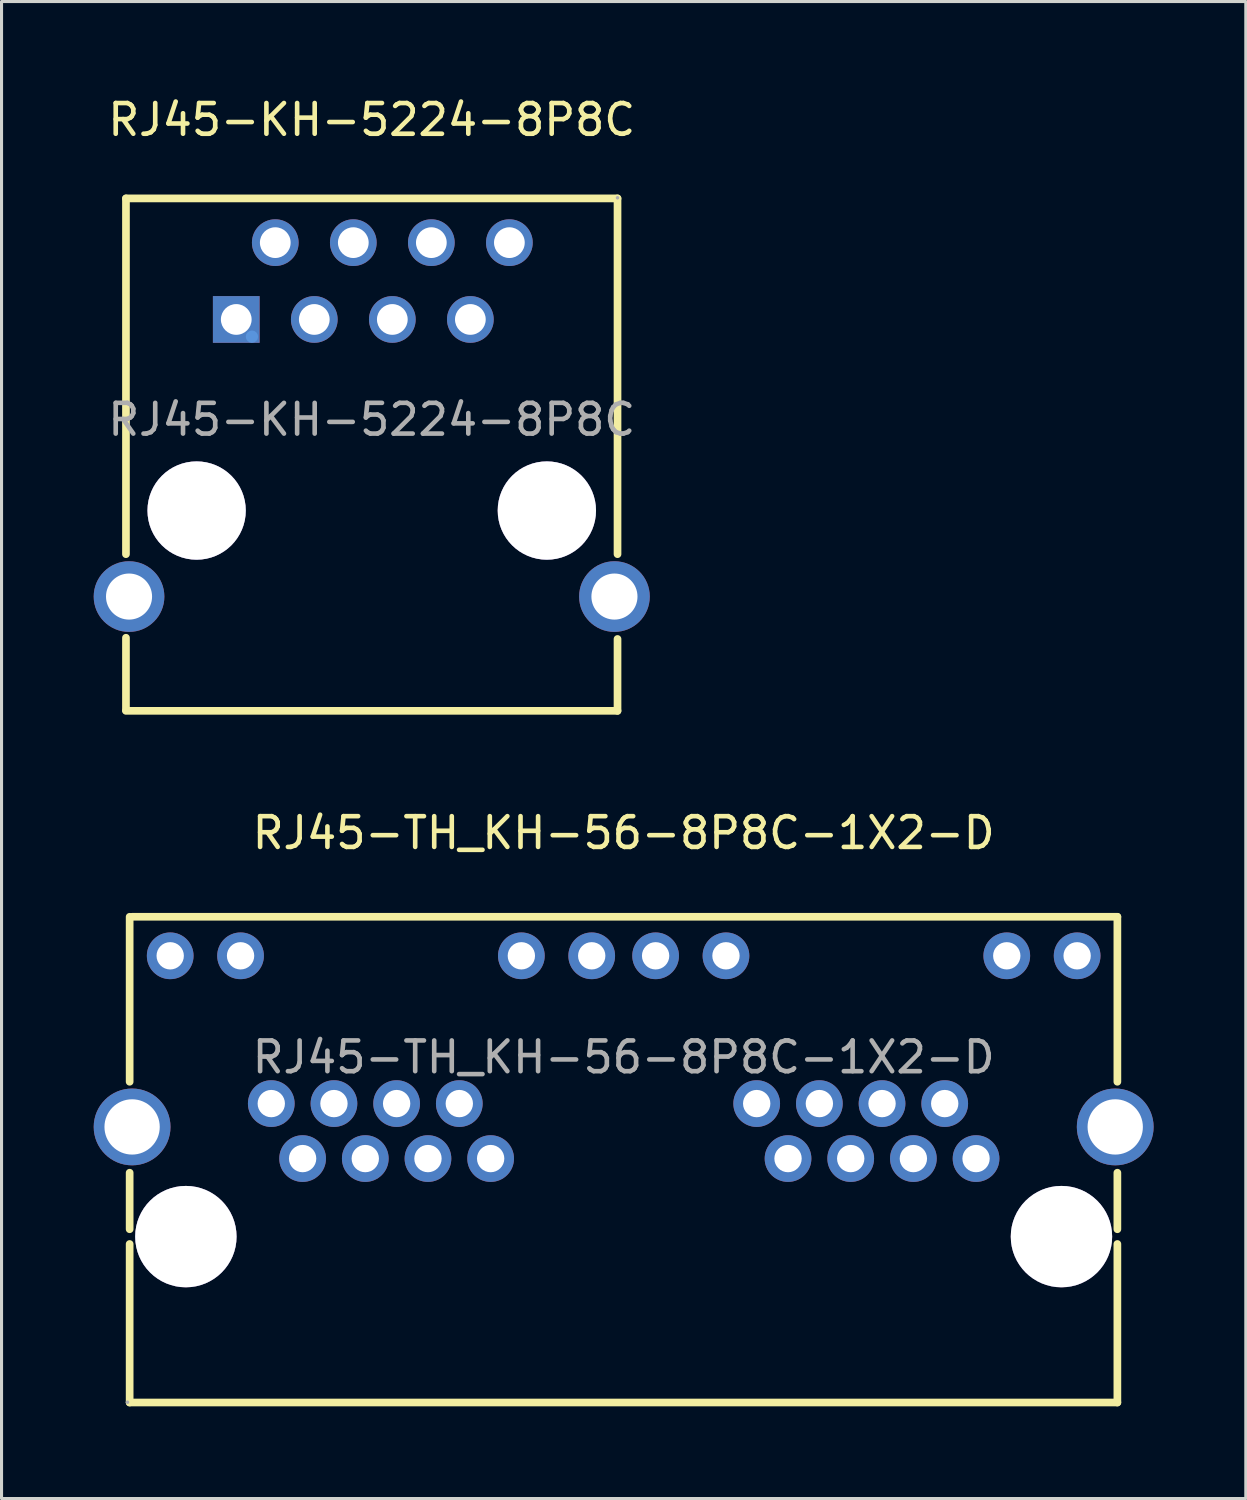
<source format=kicad_pcb>
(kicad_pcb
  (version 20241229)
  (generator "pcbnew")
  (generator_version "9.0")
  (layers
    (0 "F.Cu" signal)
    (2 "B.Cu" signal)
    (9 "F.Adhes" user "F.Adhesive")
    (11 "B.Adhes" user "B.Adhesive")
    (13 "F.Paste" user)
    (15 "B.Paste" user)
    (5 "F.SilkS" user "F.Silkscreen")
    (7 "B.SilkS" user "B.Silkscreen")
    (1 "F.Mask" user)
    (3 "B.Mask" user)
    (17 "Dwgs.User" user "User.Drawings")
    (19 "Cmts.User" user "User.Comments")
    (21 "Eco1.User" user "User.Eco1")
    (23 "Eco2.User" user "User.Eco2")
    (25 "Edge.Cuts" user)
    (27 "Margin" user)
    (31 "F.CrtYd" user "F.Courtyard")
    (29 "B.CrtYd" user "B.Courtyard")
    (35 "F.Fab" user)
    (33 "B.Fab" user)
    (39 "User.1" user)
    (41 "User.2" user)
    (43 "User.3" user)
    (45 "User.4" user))
  (footprint "RJ45-TH_KH-56-8P8C-1X2-D"
    (layer "F.Cu")
    (at 17.25 31.361)
    (property "Reference" "RJ45-TH_KH-56-8P8C-1X2-D" (at 0 -7.3 0) (layer "F.SilkS") (effects (font (size 1 1) (thickness 0.15))))
    (attr through_hole)
    (fp_line (start -16.08 0.8) (end -16.08 -4.57) (stroke (width 0.25) (type solid)) (layer "F.SilkS"))
    (fp_line (start -16.08 5.6) (end -16.08 3.76) (stroke (width 0.25) (type solid)) (layer "F.SilkS"))
    (fp_line (start -16.08 11.24) (end -16.08 6.08) (stroke (width 0.25) (type solid)) (layer "F.SilkS"))
    (fp_line (start 16.07 -4.57) (end -16 -4.57) (stroke (width 0.25) (type solid)) (layer "F.SilkS"))
    (fp_line (start 16.07 0.8) (end 16.07 -4.57) (stroke (width 0.25) (type solid)) (layer "F.SilkS"))
    (fp_line (start 16.07 5.6) (end 16.07 3.76) (stroke (width 0.25) (type solid)) (layer "F.SilkS"))
    (fp_line (start 16.07 11.24) (end -16.08 11.24) (stroke (width 0.25) (type solid)) (layer "F.SilkS"))
    (fp_line (start 16.07 11.24) (end 16.07 6.08) (stroke (width 0.25) (type solid)) (layer "F.SilkS"))
    (fp_circle (center -14.25 5.84) (end -13.5 5.84) (stroke (width 1.5) (type solid)) (fill no) (layer "Cmts.User"))
    (fp_circle (center 14.25 5.84) (end 15 5.84) (stroke (width 1.5) (type solid)) (fill no) (layer "Cmts.User"))
    (fp_circle (center -16.15 11.23) (end -16.12 11.23) (stroke (width 0.06) (type solid)) (fill no) (layer "F.Fab"))
    (fp_circle (center -14.76 -3.3) (end -14.61 -3.3) (stroke (width 0.3) (type solid)) (fill no) (layer "F.Fab"))
    (fp_circle (center -12.47 -3.3) (end -12.32 -3.3) (stroke (width 0.3) (type solid)) (fill no) (layer "F.Fab"))
    (fp_circle (center -11.47 1.51) (end -11.32 1.51) (stroke (width 0.3) (type solid)) (fill no) (layer "F.Fab"))
    (fp_circle (center -10.45 3.3) (end -10.3 3.3) (stroke (width 0.3) (type solid)) (fill no) (layer "F.Fab"))
    (fp_circle (center -9.43 1.51) (end -9.28 1.51) (stroke (width 0.3) (type solid)) (fill no) (layer "F.Fab"))
    (fp_circle (center -8.41 3.3) (end -8.26 3.3) (stroke (width 0.3) (type solid)) (fill no) (layer "F.Fab"))
    (fp_circle (center -7.39 1.51) (end -7.24 1.51) (stroke (width 0.3) (type solid)) (fill no) (layer "F.Fab"))
    (fp_circle (center -6.37 3.3) (end -6.22 3.3) (stroke (width 0.3) (type solid)) (fill no) (layer "F.Fab"))
    (fp_circle (center -5.35 1.51) (end -5.2 1.51) (stroke (width 0.3) (type solid)) (fill no) (layer "F.Fab"))
    (fp_circle (center -4.33 3.3) (end -4.18 3.3) (stroke (width 0.3) (type solid)) (fill no) (layer "F.Fab"))
    (fp_circle (center -3.33 -3.3) (end -3.18 -3.3) (stroke (width 0.3) (type solid)) (fill no) (layer "F.Fab"))
    (fp_circle (center -1.04 -3.3) (end -0.89 -3.3) (stroke (width 0.3) (type solid)) (fill no) (layer "F.Fab"))
    (fp_circle (center 1.04 -3.3) (end 1.19 -3.3) (stroke (width 0.3) (type solid)) (fill no) (layer "F.Fab"))
    (fp_circle (center 3.33 -3.3) (end 3.48 -3.3) (stroke (width 0.3) (type solid)) (fill no) (layer "F.Fab"))
    (fp_circle (center 4.33 1.51) (end 4.48 1.51) (stroke (width 0.3) (type solid)) (fill no) (layer "F.Fab"))
    (fp_circle (center 5.35 3.3) (end 5.5 3.3) (stroke (width 0.3) (type solid)) (fill no) (layer "F.Fab"))
    (fp_circle (center 6.37 1.51) (end 6.52 1.51) (stroke (width 0.3) (type solid)) (fill no) (layer "F.Fab"))
    (fp_circle (center 7.39 3.3) (end 7.54 3.3) (stroke (width 0.3) (type solid)) (fill no) (layer "F.Fab"))
    (fp_circle (center 8.41 1.51) (end 8.56 1.51) (stroke (width 0.3) (type solid)) (fill no) (layer "F.Fab"))
    (fp_circle (center 9.43 3.3) (end 9.58 3.3) (stroke (width 0.3) (type solid)) (fill no) (layer "F.Fab"))
    (fp_circle (center 10.45 1.51) (end 10.6 1.51) (stroke (width 0.3) (type solid)) (fill no) (layer "F.Fab"))
    (fp_circle (center 11.47 3.3) (end 11.62 3.3) (stroke (width 0.3) (type solid)) (fill no) (layer "F.Fab"))
    (fp_circle (center 12.47 -3.3) (end 12.62 -3.3) (stroke (width 0.3) (type solid)) (fill no) (layer "F.Fab"))
    (fp_circle (center 14.76 -3.3) (end 14.91 -3.3) (stroke (width 0.3) (type solid)) (fill no) (layer "F.Fab"))
    (fp_text user "${REFERENCE}" (at 0 0 0) (layer "F.Fab") (effects (font (size 1 1) (thickness 0.15))))
    (pad "" thru_hole circle (at -14.25 5.84) (size 3.3 3.3) (drill 3.3) (layers "*.Cu" "*.Mask"))
    (pad "" thru_hole circle (at 14.25 5.84) (size 3.3 3.3) (drill 3.3) (layers "*.Cu" "*.Mask"))
    (pad "1" thru_hole circle (at -4.33 3.3) (size 1.52 1.52) (drill 0.89) (layers "*.Cu" "*.Mask"))
    (pad "2" thru_hole circle (at -5.35 1.51) (size 1.52 1.52) (drill 0.89) (layers "*.Cu" "*.Mask"))
    (pad "3" thru_hole circle (at -6.37 3.3) (size 1.52 1.52) (drill 0.89) (layers "*.Cu" "*.Mask"))
    (pad "4" thru_hole circle (at -7.39 1.51) (size 1.52 1.52) (drill 0.89) (layers "*.Cu" "*.Mask"))
    (pad "5" thru_hole circle (at -8.41 3.3) (size 1.52 1.52) (drill 0.89) (layers "*.Cu" "*.Mask"))
    (pad "6" thru_hole circle (at -9.43 1.51) (size 1.52 1.52) (drill 0.89) (layers "*.Cu" "*.Mask"))
    (pad "7" thru_hole circle (at -10.45 3.3) (size 1.52 1.52) (drill 0.89) (layers "*.Cu" "*.Mask"))
    (pad "8" thru_hole circle (at -11.47 1.51) (size 1.52 1.52) (drill 0.89) (layers "*.Cu" "*.Mask"))
    (pad "9" thru_hole circle (at -1.04 -3.3) (size 1.52 1.52) (drill 0.89) (layers "*.Cu" "*.Mask"))
    (pad "10" thru_hole circle (at -3.33 -3.3) (size 1.52 1.52) (drill 0.89) (layers "*.Cu" "*.Mask"))
    (pad "11" thru_hole circle (at -12.47 -3.3) (size 1.52 1.52) (drill 0.89) (layers "*.Cu" "*.Mask"))
    (pad "12" thru_hole circle (at -14.76 -3.3) (size 1.52 1.52) (drill 0.89) (layers "*.Cu" "*.Mask"))
    (pad "13" thru_hole circle (at 11.47 3.3) (size 1.52 1.52) (drill 0.89) (layers "*.Cu" "*.Mask"))
    (pad "14" thru_hole circle (at 10.45 1.51) (size 1.52 1.52) (drill 0.89) (layers "*.Cu" "*.Mask"))
    (pad "15" thru_hole circle (at 9.43 3.3) (size 1.52 1.52) (drill 0.89) (layers "*.Cu" "*.Mask"))
    (pad "16" thru_hole circle (at 8.41 1.51) (size 1.52 1.52) (drill 0.89) (layers "*.Cu" "*.Mask"))
    (pad "17" thru_hole circle (at 7.39 3.3) (size 1.52 1.52) (drill 0.89) (layers "*.Cu" "*.Mask"))
    (pad "18" thru_hole circle (at 6.37 1.51) (size 1.52 1.52) (drill 0.89) (layers "*.Cu" "*.Mask"))
    (pad "19" thru_hole circle (at 5.35 3.3) (size 1.52 1.52) (drill 0.89) (layers "*.Cu" "*.Mask"))
    (pad "20" thru_hole circle (at 4.33 1.51) (size 1.52 1.52) (drill 0.89) (layers "*.Cu" "*.Mask"))
    (pad "21" thru_hole circle (at 14.76 -3.3) (size 1.52 1.52) (drill 0.89) (layers "*.Cu" "*.Mask"))
    (pad "22" thru_hole circle (at 12.47 -3.3) (size 1.52 1.52) (drill 0.89) (layers "*.Cu" "*.Mask"))
    (pad "23" thru_hole circle (at 3.33 -3.3) (size 1.52 1.52) (drill 0.89) (layers "*.Cu" "*.Mask"))
    (pad "24" thru_hole circle (at 1.04 -3.3) (size 1.52 1.52) (drill 0.89) (layers "*.Cu" "*.Mask"))
    (pad "25" thru_hole circle (at -16 2.27) (size 2.5 2.5) (drill 1.8) (layers "*.Cu" "*.Mask"))
    (pad "26" thru_hole circle (at 16 2.27) (size 2.5 2.5) (drill 1.8) (layers "*.Cu" "*.Mask")))
  (footprint "RJ45-KH-5224-8P8C"
    (layer "F.Cu")
    (at 9.05 10.608)
    (property "Reference" "RJ45-KH-5224-8P8C" (at 0 -9.76 0) (layer "F.SilkS") (effects (font (size 1 1) (thickness 0.15))))
    (attr smd)
    (fp_line (start -8 -7.2) (end -8 4.38) (stroke (width 0.25) (type solid)) (layer "F.SilkS"))
    (fp_line (start -8 7.1) (end -8 9.46) (stroke (width 0.25) (type solid)) (layer "F.SilkS"))
    (fp_line (start -8 9.48) (end 8 9.48) (stroke (width 0.25) (type solid)) (layer "F.SilkS"))
    (fp_line (start 8 -7.2) (end -8 -7.2) (stroke (width 0.25) (type solid)) (layer "F.SilkS"))
    (fp_line (start 8 4.38) (end 8 -7.2) (stroke (width 0.25) (type solid)) (layer "F.SilkS"))
    (fp_line (start 8 9.48) (end 8 7.14) (stroke (width 0.25) (type solid)) (layer "F.SilkS"))
    (fp_circle (center -5.7 2.96) (end -5 2.96) (stroke (width 1.4) (type solid)) (fill no) (layer "Cmts.User"))
    (fp_circle (center -3.9 -2.7) (end -3.8 -2.7) (stroke (width 0.2) (type solid)) (fill no) (layer "Cmts.User"))
    (fp_circle (center 5.7 2.96) (end 6.4 2.96) (stroke (width 1.4) (type solid)) (fill no) (layer "Cmts.User"))
    (fp_circle (center -4.41 -3.26) (end -4.29 -3.26) (stroke (width 0.23) (type solid)) (fill no) (layer "F.Fab"))
    (fp_circle (center -3.14 -5.76) (end -3.02 -5.76) (stroke (width 0.23) (type solid)) (fill no) (layer "F.Fab"))
    (fp_circle (center -1.87 -3.26) (end -1.75 -3.26) (stroke (width 0.23) (type solid)) (fill no) (layer "F.Fab"))
    (fp_circle (center -0.6 -5.76) (end -0.48 -5.76) (stroke (width 0.23) (type solid)) (fill no) (layer "F.Fab"))
    (fp_circle (center 0.67 -3.26) (end 0.79 -3.26) (stroke (width 0.23) (type solid)) (fill no) (layer "F.Fab"))
    (fp_circle (center 1.94 -5.76) (end 2.06 -5.76) (stroke (width 0.23) (type solid)) (fill no) (layer "F.Fab"))
    (fp_circle (center 3.21 -3.26) (end 3.33 -3.26) (stroke (width 0.23) (type solid)) (fill no) (layer "F.Fab"))
    (fp_circle (center 4.48 -5.76) (end 4.6 -5.76) (stroke (width 0.23) (type solid)) (fill no) (layer "F.Fab"))
    (fp_circle (center 8 -7.22) (end 8.03 -7.22) (stroke (width 0.06) (type solid)) (fill no) (layer "F.Fab"))
    (fp_text user "${REFERENCE}" (at 0 0 0) (layer "F.Fab") (effects (font (size 1 1) (thickness 0.15))))
    (pad "" thru_hole circle (at -5.7 2.96) (size 3.2 3.2) (drill 3.2) (layers "*.Cu" "*.Mask"))
    (pad "" thru_hole circle (at 5.7 2.96) (size 3.2 3.2) (drill 3.2) (layers "*.Cu" "*.Mask"))
    (pad "1" thru_hole rect (at -4.41 -3.26) (size 1.52 1.52) (drill 1) (layers "*.Cu" "*.Mask"))
    (pad "2" thru_hole circle (at -3.14 -5.76) (size 1.52 1.52) (drill 1) (layers "*.Cu" "*.Mask"))
    (pad "3" thru_hole circle (at -1.87 -3.26) (size 1.52 1.52) (drill 1) (layers "*.Cu" "*.Mask"))
    (pad "4" thru_hole circle (at -0.6 -5.76) (size 1.52 1.52) (drill 1) (layers "*.Cu" "*.Mask"))
    (pad "5" thru_hole circle (at 0.67 -3.26) (size 1.52 1.52) (drill 1) (layers "*.Cu" "*.Mask"))
    (pad "6" thru_hole circle (at 1.94 -5.76) (size 1.52 1.52) (drill 1) (layers "*.Cu" "*.Mask"))
    (pad "7" thru_hole circle (at 3.21 -3.26) (size 1.52 1.52) (drill 1) (layers "*.Cu" "*.Mask"))
    (pad "8" thru_hole circle (at 4.48 -5.76) (size 1.52 1.52) (drill 1) (layers "*.Cu" "*.Mask"))
    (pad "9" thru_hole circle (at -7.9 5.76) (size 2.3 2.3) (drill 1.5) (layers "*.Cu" "*.Mask"))
    (pad "10" thru_hole circle (at 7.9 5.76) (size 2.3 2.3) (drill 1.5) (layers "*.Cu" "*.Mask")))
  (gr_rect
    (start -3 -3)
    (end 37.5 45.727)
    (stroke (width 0.1) (type default))
    (fill no)
    (layer "Edge.Cuts")))
</source>
